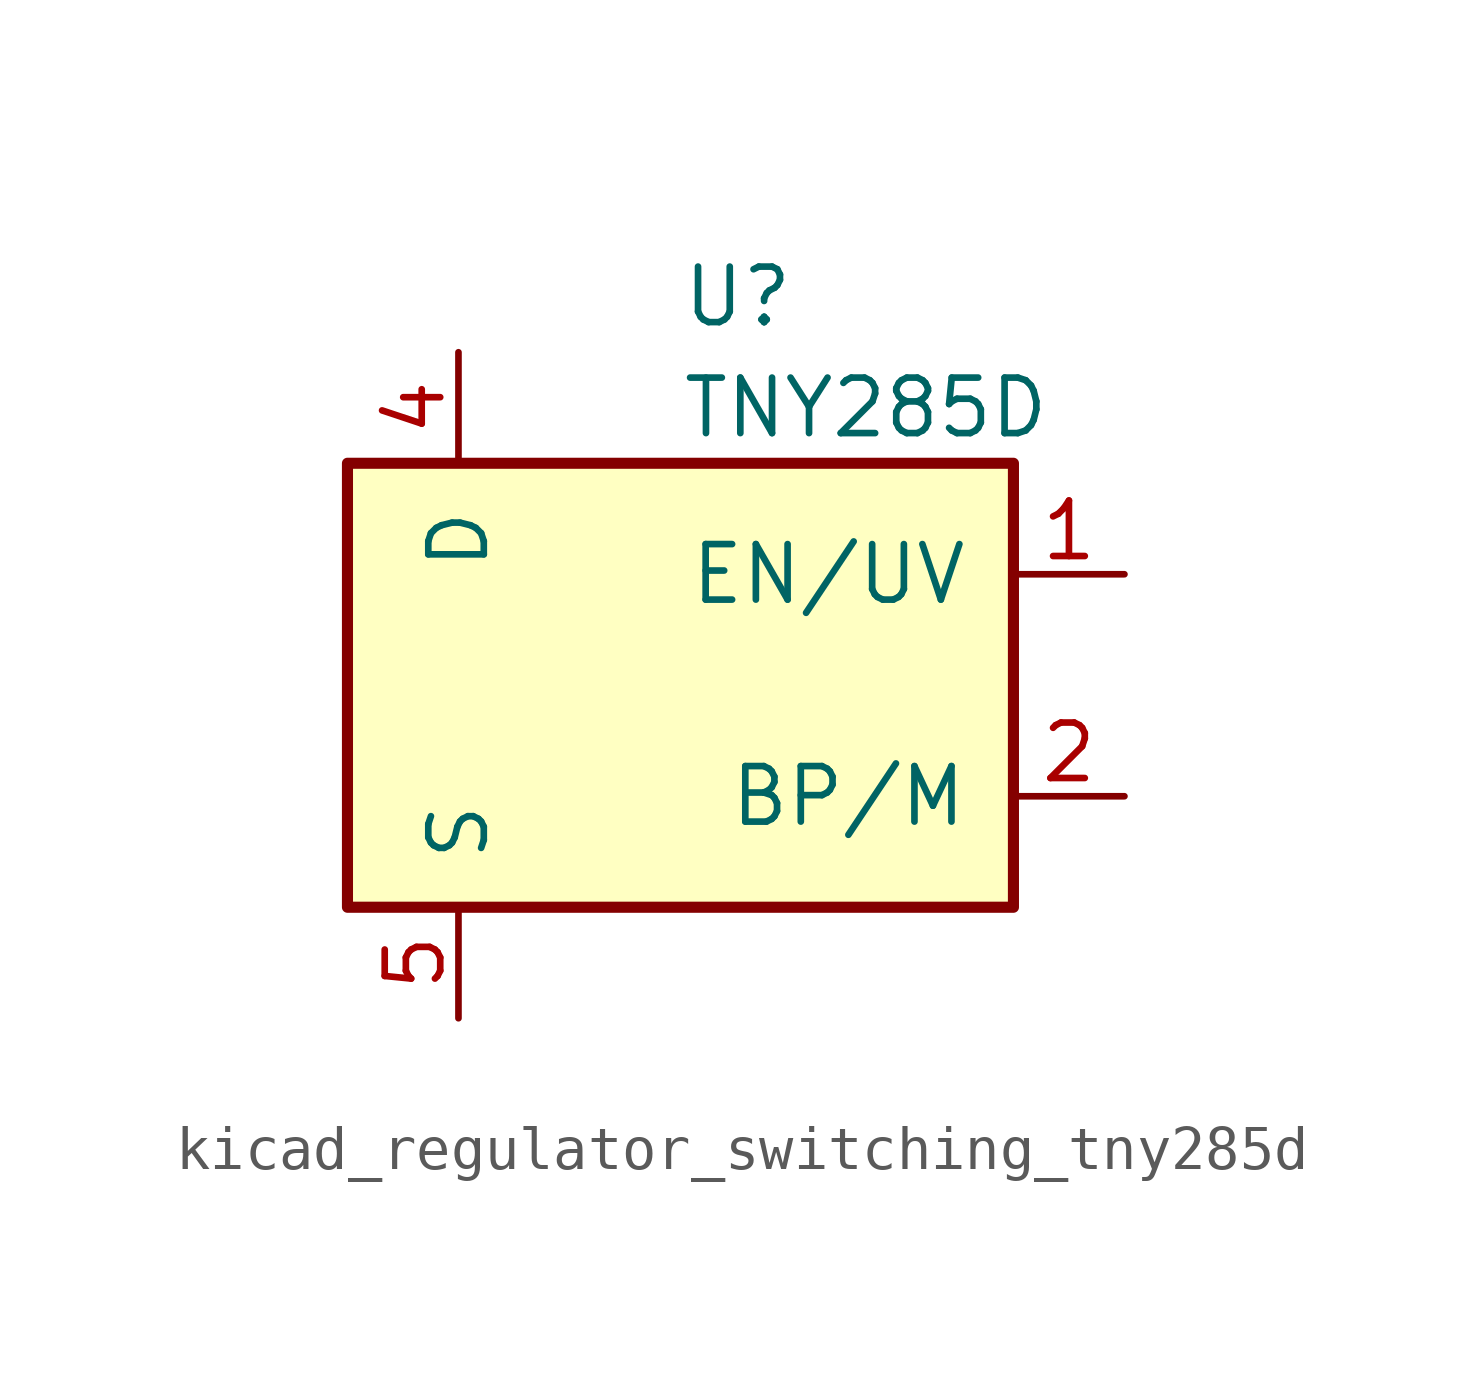
<source format=kicad_sym>
(kicad_symbol_lib
  (version 20220914)
  (generator kicad_symbol_editor)
  (symbol "kicad_regulator_switching_tny285d"
    (pin_names
      (offset 1.016))
    (property "Reference" "U"
      (at 0 8.89 0)
      (effects (font (size 1.27 1.27)) (justify left)))
    (property "Value" "TNY285D"
      (at 0 6.35 0)
      (effects (font (size 1.27 1.27)) (justify left)))
    (symbol "kicad_regulator_switching_tny285d_0_1"
      (rectangle (start -7.62 5.08) (end 7.62 -5.08) (stroke (width 0.254) (type default)) (fill (type background))))
    (symbol "kicad_regulator_switching_tny285d_1_1"
      (pin input line (at 10.16 2.54 180) (length 2.54) (name "EN/UV" (effects (font (size 1.27 1.27)))) (number "1" (effects (font (size 1.27 1.27)))))
      (pin input line (at 10.16 -2.54 180) (length 2.54) (name "BP/M" (effects (font (size 1.27 1.27)))) (number "2" (effects (font (size 1.27 1.27)))))
      (pin open_collector line (at -5.08 7.62 270) (length 2.54) (name "D" (effects (font (size 1.27 1.27)))) (number "4" (effects (font (size 1.27 1.27)))))
      (pin power_in line (at -5.08 -7.62 90) (length 2.54) (name "S" (effects (font (size 1.27 1.27)))) (number "5" (effects (font (size 1.27 1.27)))))
      (pin passive line (at -5.08 -7.62 90) (length 2.54) hide (name "S" (effects (font (size 1.27 1.27)))) (number "6" (effects (font (size 1.27 1.27)))))
      (pin passive line (at -5.08 -7.62 90) (length 2.54) hide (name "S" (effects (font (size 1.27 1.27)))) (number "7" (effects (font (size 1.27 1.27)))))
      (pin passive line (at -5.08 -7.62 90) (length 2.54) hide (name "S" (effects (font (size 1.27 1.27)))) (number "8" (effects (font (size 1.27 1.27))))))))
</source>
